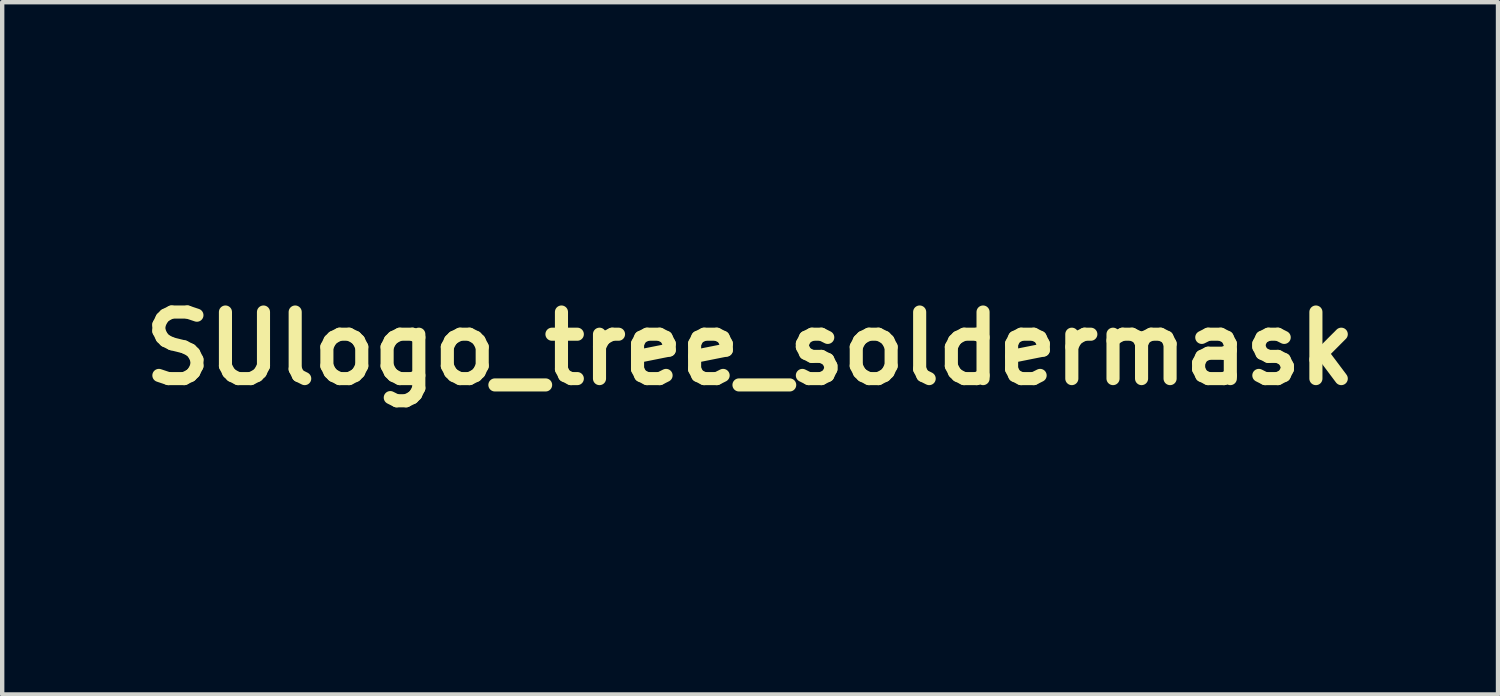
<source format=kicad_pcb>
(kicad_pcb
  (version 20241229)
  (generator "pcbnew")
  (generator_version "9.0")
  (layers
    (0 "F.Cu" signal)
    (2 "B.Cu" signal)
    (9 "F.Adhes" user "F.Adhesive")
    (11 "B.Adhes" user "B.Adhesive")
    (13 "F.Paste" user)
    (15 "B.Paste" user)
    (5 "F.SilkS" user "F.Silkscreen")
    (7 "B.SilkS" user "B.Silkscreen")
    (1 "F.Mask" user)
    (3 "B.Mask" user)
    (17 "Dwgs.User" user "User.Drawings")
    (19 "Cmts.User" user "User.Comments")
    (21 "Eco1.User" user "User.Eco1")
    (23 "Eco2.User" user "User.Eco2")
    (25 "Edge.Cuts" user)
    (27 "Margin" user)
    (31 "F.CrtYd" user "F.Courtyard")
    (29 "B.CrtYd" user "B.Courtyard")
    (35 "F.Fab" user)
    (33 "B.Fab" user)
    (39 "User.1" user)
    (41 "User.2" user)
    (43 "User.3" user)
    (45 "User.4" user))
  (footprint "SUlogo_tree_soldermask"
    (layer "F.Cu")
    (at 14.122 4.928)
    (property "Reference" "SUlogo_tree_soldermask" (at 0 0 0) (layer "F.SilkS") (effects (font (size 1.524 1.524) (thickness 0.3))))
    (attr board_only exclude_from_pos_files exclude_from_bom)
    (fp_poly (pts (xy -2.111 2.03) (xy -1.281 2.03) (xy -1.334 2.059) (xy -1.401 2.099) (xy -1.463 2.142) (xy -1.517 2.188) (xy -1.563 2.234) (xy -1.597 2.279) (xy -1.608 2.297) (xy -1.62 2.322) (xy -1.635 2.359) (xy -1.653 2.403) (xy -1.671 2.451) (xy -1.689 2.502) (xy -1.705 2.551) (xy -1.719 2.595) (xy -1.72 2.599) (xy -1.735 2.66) (xy -1.742 2.719) (xy -1.741 2.773) (xy -1.733 2.819) (xy -1.724 2.843) (xy -1.702 2.876) (xy -1.675 2.896) (xy -1.64 2.905) (xy -1.622 2.906) (xy -1.6 2.905) (xy -1.582 2.902) (xy -1.565 2.895) (xy -1.547 2.882) (xy -1.523 2.862) (xy -1.493 2.833) (xy -1.442 2.788) (xy -1.383 2.744) (xy -1.315 2.701) (xy -1.236 2.656) (xy -1.187 2.631) (xy -1.127 2.602) (xy -1.076 2.58) (xy -1.031 2.563) (xy -0.99 2.552) (xy -0.949 2.544) (xy -0.905 2.539) (xy -0.883 2.537) (xy -0.8 2.531) (xy -0.73 2.523) (xy -0.669 2.512) (xy -0.616 2.497) (xy -0.569 2.477) (xy -0.525 2.452) (xy -0.481 2.421) (xy -0.437 2.383) (xy -0.431 2.378) (xy -0.404 2.352) (xy -0.379 2.331) (xy -0.361 2.316) (xy -0.35 2.308) (xy -0.349 2.307) (xy -0.347 2.314) (xy -0.346 2.335) (xy -0.345 2.367) (xy -0.345 2.41) (xy -0.344 2.462) (xy -0.344 2.523) (xy -0.344 2.59) (xy -0.344 2.663) (xy -0.344 2.74) (xy -0.345 2.82) (xy -0.345 2.901) (xy -0.346 2.983) (xy -0.346 3.064) (xy -0.347 3.142) (xy -0.348 3.217) (xy -0.349 3.286) (xy -0.35 3.35) (xy -0.352 3.406) (xy -0.353 3.453) (xy -0.354 3.49) (xy -0.356 3.515) (xy -0.357 3.526) (xy -0.37 3.6) (xy -0.385 3.66) (xy -0.402 3.71) (xy -0.41 3.728) (xy -0.419 3.746) (xy -0.43 3.762) (xy -0.444 3.78) (xy -0.464 3.801) (xy -0.491 3.827) (xy -0.526 3.86) (xy -0.537 3.869) (xy -0.59 3.919) (xy -0.635 3.962) (xy -0.673 4.001) (xy -0.707 4.038) (xy -0.738 4.076) (xy -0.769 4.117) (xy -0.802 4.165) (xy -0.828 4.205) (xy -0.857 4.248) (xy -0.886 4.29) (xy -0.913 4.328) (xy -0.936 4.359) (xy -0.954 4.382) (xy -0.957 4.386) (xy -1.021 4.449) (xy -1.09 4.501) (xy -1.164 4.541) (xy -1.237 4.567) (xy -1.253 4.57) (xy -1.273 4.572) (xy -1.299 4.574) (xy -1.332 4.576) (xy -1.375 4.577) (xy -1.429 4.577) (xy -1.495 4.578) (xy -1.511 4.578) (xy -1.742 4.578) (xy -2.346 3.996) (xy -2.95 3.415) (xy -2.95 2.859) (xy -2.949 2.766) (xy -2.949 2.674) (xy -2.949 2.585) (xy -2.949 2.5) (xy -2.948 2.421) (xy -2.948 2.349) (xy -2.947 2.286) (xy -2.946 2.233) (xy -2.945 2.191) (xy -2.945 2.167) (xy -2.94 2.03)) (stroke (width 0) (type solid)) (fill yes) (layer "F.Mask"))
    (fp_poly (pts (xy 2.543 -4.249) (xy 3.249 -3.57) (xy 3.249 -1.533) (xy 1.396 -1.533) (xy 1.393 -1.483) (xy 1.384 -1.434) (xy 1.365 -1.393) (xy 1.335 -1.362) (xy 1.297 -1.341) (xy 1.252 -1.33) (xy 1.201 -1.332) (xy 1.146 -1.345) (xy 1.145 -1.346) (xy 1.107 -1.357) (xy 1.066 -1.364) (xy 1.016 -1.368) (xy 1.011 -1.369) (xy 0.946 -1.373) (xy 0.877 -1.38) (xy 0.808 -1.389) (xy 0.745 -1.399) (xy 0.696 -1.408) (xy 0.636 -1.421) (xy 0.649 -1.402) (xy 0.679 -1.368) (xy 0.72 -1.329) (xy 0.771 -1.288) (xy 0.83 -1.245) (xy 0.896 -1.202) (xy 0.902 -1.198) (xy 0.976 -1.154) (xy 2.019 -1.154) (xy 2.634 -0.538) (xy 3.249 0.077) (xy 3.249 3.561) (xy 2.543 4.241) (xy 1.836 4.921) (xy -0.018 4.921) (xy -1.873 4.921) (xy -2.579 4.24) (xy -3.285 3.559) (xy -3.285 3.48) (xy -3.11 3.48) (xy -1.8 4.745) (xy -0.018 4.745) (xy 1.763 4.745) (xy 3.074 3.482) (xy 3.074 0.15) (xy 2.51 -0.414) (xy 1.946 -0.978) (xy 1.536 -0.978) (xy 1.447 -0.978) (xy 1.372 -0.978) (xy 1.309 -0.979) (xy 1.257 -0.979) (xy 1.216 -0.98) (xy 1.183 -0.981) (xy 1.159 -0.982) (xy 1.141 -0.983) (xy 1.129 -0.985) (xy 1.121 -0.987) (xy 1.117 -0.989) (xy 1.117 -0.989) (xy 1.108 -0.997) (xy 1.088 -1.01) (xy 1.061 -1.028) (xy 1.027 -1.049) (xy 0.99 -1.071) (xy 0.915 -1.117) (xy 0.85 -1.157) (xy 0.796 -1.193) (xy 0.749 -1.226) (xy 0.709 -1.256) (xy 0.674 -1.286) (xy 0.642 -1.317) (xy 0.612 -1.35) (xy 0.582 -1.385) (xy 0.576 -1.393) (xy 0.554 -1.422) (xy 0.534 -1.452) (xy 0.516 -1.481) (xy 0.504 -1.505) (xy 0.497 -1.522) (xy 0.498 -1.53) (xy 0.506 -1.529) (xy 0.523 -1.524) (xy 0.537 -1.519) (xy 0.601 -1.495) (xy 0.678 -1.475) (xy 0.764 -1.457) (xy 0.859 -1.443) (xy 0.96 -1.433) (xy 0.982 -1.431) (xy 1.034 -1.427) (xy 1.074 -1.424) (xy 1.105 -1.42) (xy 1.13 -1.415) (xy 1.151 -1.409) (xy 1.172 -1.401) (xy 1.179 -1.398) (xy 1.213 -1.39) (xy 1.25 -1.391) (xy 1.282 -1.401) (xy 1.291 -1.407) (xy 1.316 -1.433) (xy 1.331 -1.468) (xy 1.336 -1.507) (xy 1.33 -1.546) (xy 1.326 -1.559) (xy 1.315 -1.58) (xy 1.297 -1.608) (xy 1.275 -1.638) (xy 1.253 -1.668) (xy 1.235 -1.688) (xy 1.217 -1.708) (xy 3.074 -1.708) (xy 3.073 -3.494) (xy 2.418 -4.123) (xy 1.763 -4.753) (xy -0.018 -4.752) (xy -1.8 -4.752) (xy -2.455 -4.123) (xy -3.11 -3.494) (xy -3.11 -0.011) (xy -2.546 0.553) (xy -1.982 1.117) (xy -1.659 1.117) (xy -1.592 1.117) (xy -1.53 1.117) (xy -1.473 1.118) (xy -1.425 1.118) (xy -1.385 1.119) (xy -1.357 1.12) (xy -1.34 1.121) (xy -1.336 1.121) (xy -1.34 1.129) (xy -1.351 1.143) (xy -1.358 1.152) (xy -1.374 1.177) (xy -1.393 1.21) (xy -1.412 1.249) (xy -1.429 1.288) (xy -1.441 1.323) (xy -1.446 1.341) (xy -1.449 1.378) (xy -1.44 1.407) (xy -1.419 1.428) (xy -1.385 1.441) (xy -1.341 1.446) (xy -1.338 1.446) (xy -1.262 1.441) (xy -1.18 1.43) (xy -1.096 1.411) (xy -1.014 1.387) (xy -0.94 1.359) (xy -0.892 1.336) (xy -0.849 1.316) (xy -0.813 1.307) (xy -0.785 1.31) (xy -0.766 1.32) (xy -0.754 1.335) (xy -0.754 1.352) (xy -0.755 1.352) (xy -0.764 1.374) (xy -0.783 1.401) (xy -0.807 1.429) (xy -0.835 1.456) (xy -0.856 1.474) (xy -0.896 1.501) (xy -0.935 1.523) (xy -0.977 1.54) (xy -1.025 1.554) (xy -1.083 1.567) (xy -1.102 1.57) (xy -1.175 1.585) (xy -1.235 1.602) (xy -1.282 1.621) (xy -1.316 1.643) (xy -1.34 1.668) (xy -1.347 1.679) (xy -1.355 1.707) (xy -1.357 1.74) (xy -1.353 1.773) (xy -1.347 1.788) (xy -1.336 1.804) (xy -1.318 1.825) (xy -1.302 1.839) (xy -1.268 1.869) (xy -3.101 1.869) (xy -3.105 1.958) (xy -3.106 1.978) (xy -3.107 2.011) (xy -3.107 2.057) (xy -3.108 2.114) (xy -3.108 2.181) (xy -3.109 2.256) (xy -3.109 2.34) (xy -3.11 2.43) (xy -3.11 2.525) (xy -3.11 2.624) (xy -3.11 2.727) (xy -3.11 2.763) (xy -3.11 3.48) (xy -3.285 3.48) (xy -3.285 2.627) (xy -3.285 1.694) (xy -1.42 1.694) (xy -1.407 1.661) (xy -1.385 1.625) (xy -1.35 1.591) (xy -1.305 1.562) (xy -1.253 1.538) (xy -1.24 1.534) (xy -1.219 1.525) (xy -1.203 1.514) (xy -1.202 1.512) (xy -1.198 1.508) (xy -1.199 1.504) (xy -1.205 1.502) (xy -1.219 1.5) (xy -1.243 1.5) (xy -1.279 1.5) (xy -1.306 1.5) (xy -1.349 1.5) (xy -1.381 1.5) (xy -1.403 1.498) (xy -1.419 1.496) (xy -1.431 1.492) (xy -1.442 1.486) (xy -1.451 1.48) (xy -1.473 1.462) (xy -1.492 1.439) (xy -1.497 1.431) (xy -1.507 1.4) (xy -1.511 1.362) (xy -1.509 1.327) (xy -1.504 1.311) (xy -1.497 1.292) (xy -2.063 1.292) (xy -2.674 0.681) (xy -3.285 0.069) (xy -3.285 -1.752) (xy -3.285 -3.574) (xy -1.873 -4.928) (xy 1.837 -4.928)) (stroke (width 0) (type solid)) (fill yes) (layer "F.Mask"))
    (fp_poly (pts (xy 2.397 -0.301) (xy 2.913 0.215) (xy 2.912 3.42) (xy 2.306 4.003) (xy 1.701 4.585) (xy 1.513 4.584) (xy 1.459 4.584) (xy 1.408 4.583) (xy 1.362 4.581) (xy 1.324 4.58) (xy 1.296 4.578) (xy 1.283 4.577) (xy 1.242 4.568) (xy 1.192 4.554) (xy 1.137 4.535) (xy 1.082 4.513) (xy 1.029 4.49) (xy 1.012 4.481) (xy 0.984 4.466) (xy 0.96 4.453) (xy 0.939 4.438) (xy 0.917 4.419) (xy 0.891 4.395) (xy 0.859 4.364) (xy 0.847 4.352) (xy 0.811 4.316) (xy 0.779 4.286) (xy 0.747 4.259) (xy 0.713 4.233) (xy 0.674 4.207) (xy 0.628 4.177) (xy 0.574 4.143) (xy 0.504 4.092) (xy 0.443 4.032) (xy 0.393 3.961) (xy 0.353 3.88) (xy 0.322 3.789) (xy 0.316 3.764) (xy 0.314 3.752) (xy 0.312 3.739) (xy 0.31 3.722) (xy 0.308 3.701) (xy 0.307 3.674) (xy 0.306 3.641) (xy 0.305 3.601) (xy 0.304 3.552) (xy 0.303 3.493) (xy 0.303 3.424) (xy 0.302 3.342) (xy 0.302 3.248) (xy 0.301 3.189) (xy 0.301 3.103) (xy 0.301 3.021) (xy 0.301 2.945) (xy 0.301 2.876) (xy 0.301 2.814) (xy 0.301 2.762) (xy 0.302 2.719) (xy 0.302 2.688) (xy 0.303 2.67) (xy 0.303 2.665) (xy 0.312 2.669) (xy 0.327 2.679) (xy 0.343 2.69) (xy 0.392 2.722) (xy 0.444 2.747) (xy 0.495 2.764) (xy 0.506 2.767) (xy 0.532 2.77) (xy 0.573 2.772) (xy 0.628 2.773) (xy 0.698 2.773) (xy 0.728 2.773) (xy 0.785 2.772) (xy 0.829 2.772) (xy 0.862 2.772) (xy 0.888 2.773) (xy 0.908 2.775) (xy 0.925 2.778) (xy 0.94 2.781) (xy 0.956 2.787) (xy 0.96 2.788) (xy 1.002 2.804) (xy 1.045 2.822) (xy 1.09 2.845) (xy 1.14 2.872) (xy 1.196 2.906) (xy 1.26 2.946) (xy 1.332 2.993) (xy 1.398 3.036) (xy 1.454 3.069) (xy 1.501 3.093) (xy 1.541 3.11) (xy 1.575 3.119) (xy 1.605 3.121) (xy 1.631 3.117) (xy 1.644 3.112) (xy 1.672 3.094) (xy 1.692 3.067) (xy 1.704 3.032) (xy 1.708 2.987) (xy 1.705 2.932) (xy 1.693 2.867) (xy 1.673 2.792) (xy 1.646 2.705) (xy 1.611 2.609) (xy 1.587 2.548) (xy 1.563 2.499) (xy 1.539 2.458) (xy 1.511 2.422) (xy 1.479 2.389) (xy 1.474 2.384) (xy 1.44 2.354) (xy 1.405 2.327) (xy 1.366 2.301) (xy 1.319 2.272) (xy 1.303 2.263) (xy 1.262 2.236) (xy 1.232 2.209) (xy 1.216 2.183) (xy 1.212 2.167) (xy 1.217 2.154) (xy 1.229 2.135) (xy 1.245 2.115) (xy 1.284 2.063) (xy 1.309 2.014) (xy 1.321 1.966) (xy 1.32 1.922) (xy 1.305 1.882) (xy 1.277 1.846) (xy 1.236 1.817) (xy 1.212 1.804) (xy 1.197 1.798) (xy 1.179 1.793) (xy 1.156 1.787) (xy 1.127 1.78) (xy 1.088 1.772) (xy 1.038 1.762) (xy 1.004 1.756) (xy 0.944 1.74) (xy 0.885 1.715) (xy 0.83 1.682) (xy 0.781 1.645) (xy 0.742 1.603) (xy 0.717 1.566) (xy 0.708 1.541) (xy 0.71 1.523) (xy 0.725 1.511) (xy 0.746 1.504) (xy 0.76 1.5) (xy 0.773 1.5) (xy 0.787 1.504) (xy 0.807 1.512) (xy 0.835 1.527) (xy 0.84 1.529) (xy 0.913 1.562) (xy 0.993 1.592) (xy 1.074 1.615) (xy 1.124 1.625) (xy 1.167 1.631) (xy 1.212 1.635) (xy 1.256 1.638) (xy 1.297 1.638) (xy 1.332 1.636) (xy 1.357 1.633) (xy 1.366 1.629) (xy 1.388 1.612) (xy 1.4 1.587) (xy 1.402 1.553) (xy 1.393 1.511) (xy 1.38 1.473) (xy 1.344 1.396) (xy 1.298 1.329) (xy 1.242 1.273) (xy 1.19 1.234) (xy 1.154 1.213) (xy 1.108 1.188) (xy 1.054 1.161) (xy 0.994 1.133) (xy 0.932 1.105) (xy 0.871 1.079) (xy 0.862 1.075) (xy 0.826 1.06) (xy 0.793 1.046) (xy 0.767 1.035) (xy 0.751 1.027) (xy 0.748 1.025) (xy 0.728 1.005) (xy 0.712 0.975) (xy 0.702 0.942) (xy 0.701 0.924) (xy 0.701 0.891) (xy 0.735 0.917) (xy 0.772 0.943) (xy 0.807 0.963) (xy 0.844 0.978) (xy 0.884 0.988) (xy 0.932 0.995) (xy 0.991 0.999) (xy 1.002 1) (xy 1.117 1.005) (xy 1.155 1.031) (xy 1.207 1.063) (xy 1.251 1.082) (xy 1.29 1.088) (xy 1.321 1.082) (xy 1.345 1.066) (xy 1.356 1.054) (xy 1.362 1.043) (xy 1.365 1.029) (xy 1.365 1.008) (xy 1.363 0.987) (xy 1.355 0.929) (xy 1.337 0.865) (xy 1.309 0.793) (xy 1.285 0.741) (xy 1.236 0.656) (xy 1.177 0.58) (xy 1.108 0.513) (xy 1.028 0.454) (xy 0.954 0.412) (xy 0.891 0.378) (xy 0.827 0.341) (xy 0.763 0.302) (xy 0.703 0.263) (xy 0.647 0.224) (xy 0.598 0.187) (xy 0.557 0.153) (xy 0.525 0.124) (xy 0.51 0.106) (xy 0.496 0.087) (xy 0.487 0.073) (xy 0.485 0.067) (xy 0.493 0.069) (xy 0.51 0.075) (xy 0.535 0.085) (xy 0.548 0.091) (xy 0.624 0.119) (xy 0.695 0.135) (xy 0.766 0.138) (xy 0.838 0.13) (xy 0.851 0.128) (xy 0.915 0.118) (xy 0.971 0.119) (xy 1.008 0.128) (xy 1.05 0.137) (xy 1.09 0.135) (xy 1.123 0.122) (xy 1.149 0.098) (xy 1.156 0.087) (xy 1.165 0.054) (xy 1.161 0.018) (xy 1.142 -0.022) (xy 1.111 -0.064) (xy 1.066 -0.108) (xy 1.009 -0.154) (xy 0.976 -0.177) (xy 0.957 -0.189) (xy 0.927 -0.205) (xy 0.889 -0.226) (xy 0.846 -0.248) (xy 0.801 -0.27) (xy 0.792 -0.274) (xy 0.743 -0.299) (xy 0.704 -0.318) (xy 0.675 -0.334) (xy 0.652 -0.348) (xy 0.633 -0.362) (xy 0.617 -0.376) (xy 0.608 -0.385) (xy 0.582 -0.413) (xy 0.559 -0.444) (xy 0.54 -0.475) (xy 0.527 -0.503) (xy 0.521 -0.525) (xy 0.523 -0.538) (xy 0.53 -0.547) (xy 0.542 -0.551) (xy 0.558 -0.551) (xy 0.582 -0.546) (xy 0.614 -0.536) (xy 0.657 -0.52) (xy 0.694 -0.505) (xy 0.773 -0.474) (xy 0.839 -0.449) (xy 0.895 -0.429) (xy 0.942 -0.413) (xy 0.982 -0.401) (xy 0.995 -0.398) (xy 1.025 -0.388) (xy 1.06 -0.374) (xy 1.091 -0.358) (xy 1.151 -0.33) (xy 1.206 -0.313) (xy 1.256 -0.307) (xy 1.299 -0.311) (xy 1.319 -0.319) (xy 1.346 -0.336) (xy 1.363 -0.359) (xy 1.373 -0.39) (xy 1.375 -0.431) (xy 1.37 -0.482) (xy 1.369 -0.487) (xy 1.358 -0.545) (xy 1.345 -0.606) (xy 1.329 -0.664) (xy 1.313 -0.716) (xy 1.298 -0.759) (xy 1.293 -0.769) (xy 1.271 -0.818) (xy 1.88 -0.818)) (stroke (width 0) (type solid)) (fill yes) (layer "F.Mask"))
    (fp_poly (pts (xy -0.017 -4.592) (xy 1.705 -4.591) (xy 2.309 -4.01) (xy 2.913 -3.428) (xy 2.913 -1.869) (xy 1.052 -1.869) (xy 0.991 -1.915) (xy 0.918 -1.967) (xy 0.84 -2.017) (xy 0.762 -2.062) (xy 0.685 -2.101) (xy 0.614 -2.132) (xy 0.587 -2.142) (xy 0.551 -2.155) (xy 0.515 -2.169) (xy 0.486 -2.181) (xy 0.474 -2.187) (xy 0.434 -2.207) (xy 0.475 -2.218) (xy 0.496 -2.223) (xy 0.516 -2.225) (xy 0.539 -2.224) (xy 0.571 -2.221) (xy 0.588 -2.219) (xy 0.63 -2.214) (xy 0.679 -2.211) (xy 0.723 -2.209) (xy 0.734 -2.209) (xy 0.77 -2.209) (xy 0.796 -2.211) (xy 0.816 -2.216) (xy 0.833 -2.223) (xy 0.836 -2.224) (xy 0.866 -2.243) (xy 0.884 -2.263) (xy 0.894 -2.289) (xy 0.896 -2.31) (xy 0.896 -2.343) (xy 0.888 -2.373) (xy 0.87 -2.402) (xy 0.841 -2.433) (xy 0.831 -2.442) (xy 0.808 -2.461) (xy 0.783 -2.479) (xy 0.752 -2.498) (xy 0.715 -2.518) (xy 0.67 -2.54) (xy 0.614 -2.566) (xy 0.568 -2.587) (xy 0.53 -2.604) (xy 0.496 -2.62) (xy 0.468 -2.633) (xy 0.45 -2.643) (xy 0.444 -2.646) (xy 0.422 -2.668) (xy 0.407 -2.695) (xy 0.402 -2.72) (xy 0.402 -2.742) (xy 0.488 -2.739) (xy 0.535 -2.739) (xy 0.57 -2.741) (xy 0.595 -2.747) (xy 0.613 -2.757) (xy 0.626 -2.772) (xy 0.631 -2.781) (xy 0.64 -2.804) (xy 0.641 -2.827) (xy 0.633 -2.855) (xy 0.625 -2.874) (xy 0.607 -2.903) (xy 0.58 -2.936) (xy 0.545 -2.972) (xy 0.505 -3.008) (xy 0.464 -3.042) (xy 0.423 -3.071) (xy 0.387 -3.092) (xy 0.362 -3.105) (xy 0.404 -3.126) (xy 0.44 -3.149) (xy 0.462 -3.175) (xy 0.473 -3.207) (xy 0.475 -3.227) (xy 0.47 -3.26) (xy 0.455 -3.292) (xy 0.429 -3.325) (xy 0.391 -3.359) (xy 0.34 -3.396) (xy 0.337 -3.398) (xy 0.303 -3.423) (xy 0.27 -3.451) (xy 0.243 -3.478) (xy 0.226 -3.498) (xy 0.211 -3.519) (xy 0.269 -3.576) (xy 0.303 -3.611) (xy 0.326 -3.64) (xy 0.338 -3.665) (xy 0.341 -3.689) (xy 0.335 -3.714) (xy 0.333 -3.718) (xy 0.32 -3.74) (xy 0.298 -3.756) (xy 0.267 -3.767) (xy 0.231 -3.774) (xy 0.204 -3.779) (xy 0.18 -3.785) (xy 0.168 -3.789) (xy 0.16 -3.794) (xy 0.158 -3.799) (xy 0.163 -3.808) (xy 0.175 -3.822) (xy 0.195 -3.843) (xy 0.222 -3.871) (xy 0.24 -3.893) (xy 0.25 -3.911) (xy 0.255 -3.929) (xy 0.256 -3.944) (xy 0.249 -3.974) (xy 0.23 -3.998) (xy 0.202 -4.015) (xy 0.166 -4.023) (xy 0.158 -4.023) (xy 0.132 -4.03) (xy 0.11 -4.049) (xy 0.096 -4.074) (xy 0.092 -4.088) (xy 0.086 -4.113) (xy 0.078 -4.146) (xy 0.068 -4.186) (xy 0.059 -4.228) (xy 0.049 -4.27) (xy 0.041 -4.309) (xy 0.037 -4.331) (xy 0.031 -4.355) (xy 0.026 -4.368) (xy 0.017 -4.374) (xy 0.005 -4.377) (xy -0.031 -4.378) (xy -0.061 -4.367) (xy -0.084 -4.347) (xy -0.085 -4.346) (xy -0.092 -4.33) (xy -0.102 -4.304) (xy -0.111 -4.27) (xy -0.12 -4.237) (xy -0.135 -4.176) (xy -0.15 -4.12) (xy -0.164 -4.072) (xy -0.177 -4.033) (xy -0.189 -4.005) (xy -0.197 -3.992) (xy -0.211 -3.98) (xy -0.232 -3.972) (xy -0.25 -3.969) (xy -0.288 -3.959) (xy -0.318 -3.941) (xy -0.336 -3.916) (xy -0.341 -3.886) (xy -0.34 -3.872) (xy -0.33 -3.85) (xy -0.309 -3.822) (xy -0.28 -3.791) (xy -0.242 -3.759) (xy -0.238 -3.756) (xy -0.221 -3.741) (xy -0.214 -3.73) (xy -0.216 -3.722) (xy -0.228 -3.708) (xy -0.249 -3.688) (xy -0.279 -3.664) (xy -0.314 -3.637) (xy -0.352 -3.61) (xy -0.369 -3.598) (xy -0.417 -3.564) (xy -0.457 -3.531) (xy -0.487 -3.501) (xy -0.507 -3.476) (xy -0.511 -3.467) (xy -0.517 -3.436) (xy -0.51 -3.405) (xy -0.491 -3.38) (xy -0.489 -3.377) (xy -0.459 -3.359) (xy -0.421 -3.348) (xy -0.372 -3.344) (xy -0.367 -3.344) (xy -0.343 -3.343) (xy -0.327 -3.341) (xy -0.321 -3.338) (xy -0.328 -3.333) (xy -0.345 -3.325) (xy -0.369 -3.314) (xy -0.384 -3.308) (xy -0.444 -3.279) (xy -0.506 -3.239) (xy -0.567 -3.19) (xy -0.609 -3.15) (xy -0.647 -3.108) (xy -0.672 -3.069) (xy -0.684 -3.035) (xy -0.684 -3.007) (xy -0.676 -2.977) (xy -0.658 -2.956) (xy -0.631 -2.941) (xy -0.593 -2.933) (xy -0.543 -2.931) (xy -0.512 -2.933) (xy -0.481 -2.935) (xy -0.461 -2.935) (xy -0.451 -2.933) (xy -0.446 -2.929) (xy -0.445 -2.922) (xy -0.445 -2.921) (xy -0.452 -2.891) (xy -0.47 -2.862) (xy -0.496 -2.839) (xy -0.499 -2.837) (xy -0.517 -2.827) (xy -0.545 -2.814) (xy -0.579 -2.798) (xy -0.616 -2.781) (xy -0.622 -2.779) (xy -0.693 -2.746) (xy -0.752 -2.713) (xy -0.8 -2.681) (xy -0.839 -2.647) (xy -0.87 -2.61) (xy -0.876 -2.601) (xy -0.89 -2.578) (xy -0.896 -2.559) (xy -0.896 -2.539) (xy -0.896 -2.535) (xy -0.892 -2.512) (xy -0.883 -2.494) (xy -0.87 -2.48) (xy -0.849 -2.47) (xy -0.819 -2.463) (xy -0.779 -2.458) (xy -0.726 -2.456) (xy -0.697 -2.455) (xy -0.651 -2.454) (xy -0.617 -2.453) (xy -0.592 -2.454) (xy -0.571 -2.456) (xy -0.553 -2.46) (xy -0.533 -2.465) (xy -0.509 -2.473) (xy -0.506 -2.474) (xy -0.465 -2.487) (xy -0.435 -2.495) (xy -0.412 -2.497) (xy -0.394 -2.494) (xy -0.391 -2.492) (xy -0.382 -2.485) (xy -0.382 -2.473) (xy -0.393 -2.455) (xy -0.415 -2.43) (xy -0.417 -2.427) (xy -0.432 -2.413) (xy -0.448 -2.399) (xy -0.468 -2.385) (xy -0.494 -2.37) (xy -0.528 -2.351) (xy -0.572 -2.328) (xy -0.591 -2.319) (xy -0.691 -2.267) (xy -0.788 -2.213) (xy -0.881 -2.159) (xy -0.969 -2.104) (xy -1.051 -2.049) (xy -1.126 -1.996) (xy -1.193 -1.945) (xy -1.251 -1.897) (xy -1.299 -1.852) (xy -1.335 -1.811) (xy -1.36 -1.775) (xy -1.362 -1.77) (xy -1.376 -1.731) (xy -1.38 -1.693) (xy -1.375 -1.657) (xy -1.362 -1.629) (xy -1.358 -1.624) (xy -1.328 -1.599) (xy -1.295 -1.587) (xy -1.259 -1.587) (xy -1.216 -1.599) (xy -1.203 -1.604) (xy -1.187 -1.611) (xy -1.172 -1.616) (xy -1.157 -1.62) (xy -1.139 -1.622) (xy -1.115 -1.623) (xy -1.082 -1.624) (xy -1.039 -1.624) (xy -1.011 -1.624) (xy -0.959 -1.625) (xy -0.919 -1.626) (xy -0.886 -1.627) (xy -0.859 -1.63) (xy -0.832 -1.634) (xy -0.805 -1.639) (xy -0.778 -1.646) (xy -0.731 -1.657) (xy -0.695 -1.668) (xy -0.666 -1.68) (xy -0.642 -1.694) (xy -0.617 -1.711) (xy -0.603 -1.723) (xy -0.584 -1.738) (xy -0.568 -1.749) (xy -0.56 -1.752) (xy -0.556 -1.746) (xy -0.557 -1.73) (xy -0.561 -1.707) (xy -0.57 -1.681) (xy -0.581 -1.655) (xy -0.581 -1.654) (xy -0.595 -1.631) (xy -0.615 -1.602) (xy -0.636 -1.573) (xy -0.64 -1.568) (xy -0.669 -1.535) (xy -0.697 -1.504) (xy -0.728 -1.475) (xy -0.762 -1.447) (xy -0.801 -1.417) (xy -0.848 -1.385) (xy -0.902 -1.35) (xy -0.967 -1.31) (xy -1.013 -1.282) (xy -1.055 -1.257) (xy -1.095 -1.231) (xy -1.131 -1.207) (xy -1.161 -1.187) (xy -1.178 -1.175) (xy -1.229 -1.128) (xy -1.274 -1.076) (xy -1.313 -1.016) (xy -1.345 -0.948) (xy -1.373 -0.87) (xy -1.396 -0.78) (xy -1.415 -0.678) (xy -1.42 -0.649) (xy -1.428 -0.577) (xy -1.43 -0.519) (xy -1.426 -0.472) (xy -1.416 -0.438) (xy -1.399 -0.414) (xy -1.387 -0.405) (xy -1.362 -0.395) (xy -1.339 -0.394) (xy -1.315 -0.401) (xy -1.288 -0.418) (xy -1.256 -0.445) (xy -1.223 -0.477) (xy -1.174 -0.524) (xy -1.126 -0.559) (xy -1.077 -0.583) (xy -1.024 -0.598) (xy -0.962 -0.605) (xy -0.919 -0.606) (xy -0.824 -0.612) (xy -0.738 -0.63) (xy -0.66 -0.66) (xy -0.602 -0.694) (xy -0.583 -0.707) (xy -0.573 -0.712) (xy -0.571 -0.709) (xy -0.573 -0.7) (xy -0.573 -0.7) (xy -0.586 -0.67) (xy -0.607 -0.636) (xy -0.632 -0.602) (xy -0.659 -0.574) (xy -0.661 -0.572) (xy -0.684 -0.554) (xy -0.72 -0.533) (xy -0.768 -0.506) (xy -0.829 -0.475) (xy -0.847 -0.466) (xy -0.896 -0.442) (xy -0.934 -0.423) (xy -0.964 -0.407) (xy -0.987 -0.393) (xy -1.006 -0.379) (xy -1.023 -0.365) (xy -1.041 -0.349) (xy -1.052 -0.338) (xy -1.091 -0.297) (xy -1.118 -0.26) (xy -1.132 -0.228) (xy -1.135 -0.197) (xy -1.132 -0.181) (xy -1.127 -0.166) (xy -1.121 -0.154) (xy -1.112 -0.145) (xy -1.098 -0.137) (xy -1.078 -0.131) (xy -1.05 -0.126) (xy -1.013 -0.122) (xy -0.965 -0.118) (xy -0.904 -0.113) (xy -0.898 -0.113) (xy -0.814 -0.114) (xy -0.73 -0.128) (xy -0.647 -0.156) (xy -0.568 -0.197) (xy -0.555 -0.205) (xy -0.533 -0.219) (xy -0.515 -0.229) (xy -0.506 -0.234) (xy -0.506 -0.234) (xy -0.504 -0.227) (xy -0.505 -0.21) (xy -0.506 -0.197) (xy -0.518 -0.152) (xy -0.545 -0.104) (xy -0.572 -0.069) (xy -0.593 -0.048) (xy -0.625 -0.022) (xy -0.666 0.009) (xy -0.713 0.042) (xy -0.766 0.078) (xy -0.821 0.113) (xy -0.877 0.148) (xy -0.932 0.18) (xy -0.984 0.208) (xy -0.99 0.211) (xy -1.061 0.251) (xy -1.123 0.295) (xy -1.18 0.345) (xy -1.212 0.377) (xy -1.252 0.424) (xy -1.285 0.471) (xy -1.308 0.516) (xy -1.323 0.558) (xy -1.329 0.596) (xy -1.324 0.627) (xy -1.313 0.645) (xy -1.29 0.663) (xy -1.261 0.67) (xy -1.225 0.666) (xy -1.186 0.652) (xy -1.159 0.642) (xy -1.136 0.636) (xy -1.11 0.633) (xy -1.078 0.632) (xy -1.066 0.632) (xy -1.023 0.634) (xy -0.974 0.639) (xy -0.926 0.647) (xy -0.918 0.649) (xy -0.879 0.655) (xy -0.84 0.661) (xy -0.805 0.664) (xy -0.789 0.664) (xy -0.74 0.664) (xy -0.743 0.703) (xy -0.748 0.745) (xy -0.756 0.778) (xy -0.771 0.803) (xy -0.792 0.825) (xy -0.823 0.844) (xy -0.866 0.863) (xy -0.881 0.869) (xy -0.921 0.885) (xy -0.963 0.903) (xy -1.002 0.92) (xy -1.021 0.929) (xy -1.082 0.956) (xy -1.926 0.956) (xy -2.438 0.442) (xy -2.95 -0.073) (xy -2.95 -3.428) (xy -1.738 -4.592)) (stroke (width 0) (type solid)) (fill yes) (layer "F.Mask")))
  (gr_rect
    (start -3 -3)
    (end 31.245 12.849)
    (stroke (width 0.1) (type default))
    (fill no)
    (layer "Edge.Cuts")))
</source>
